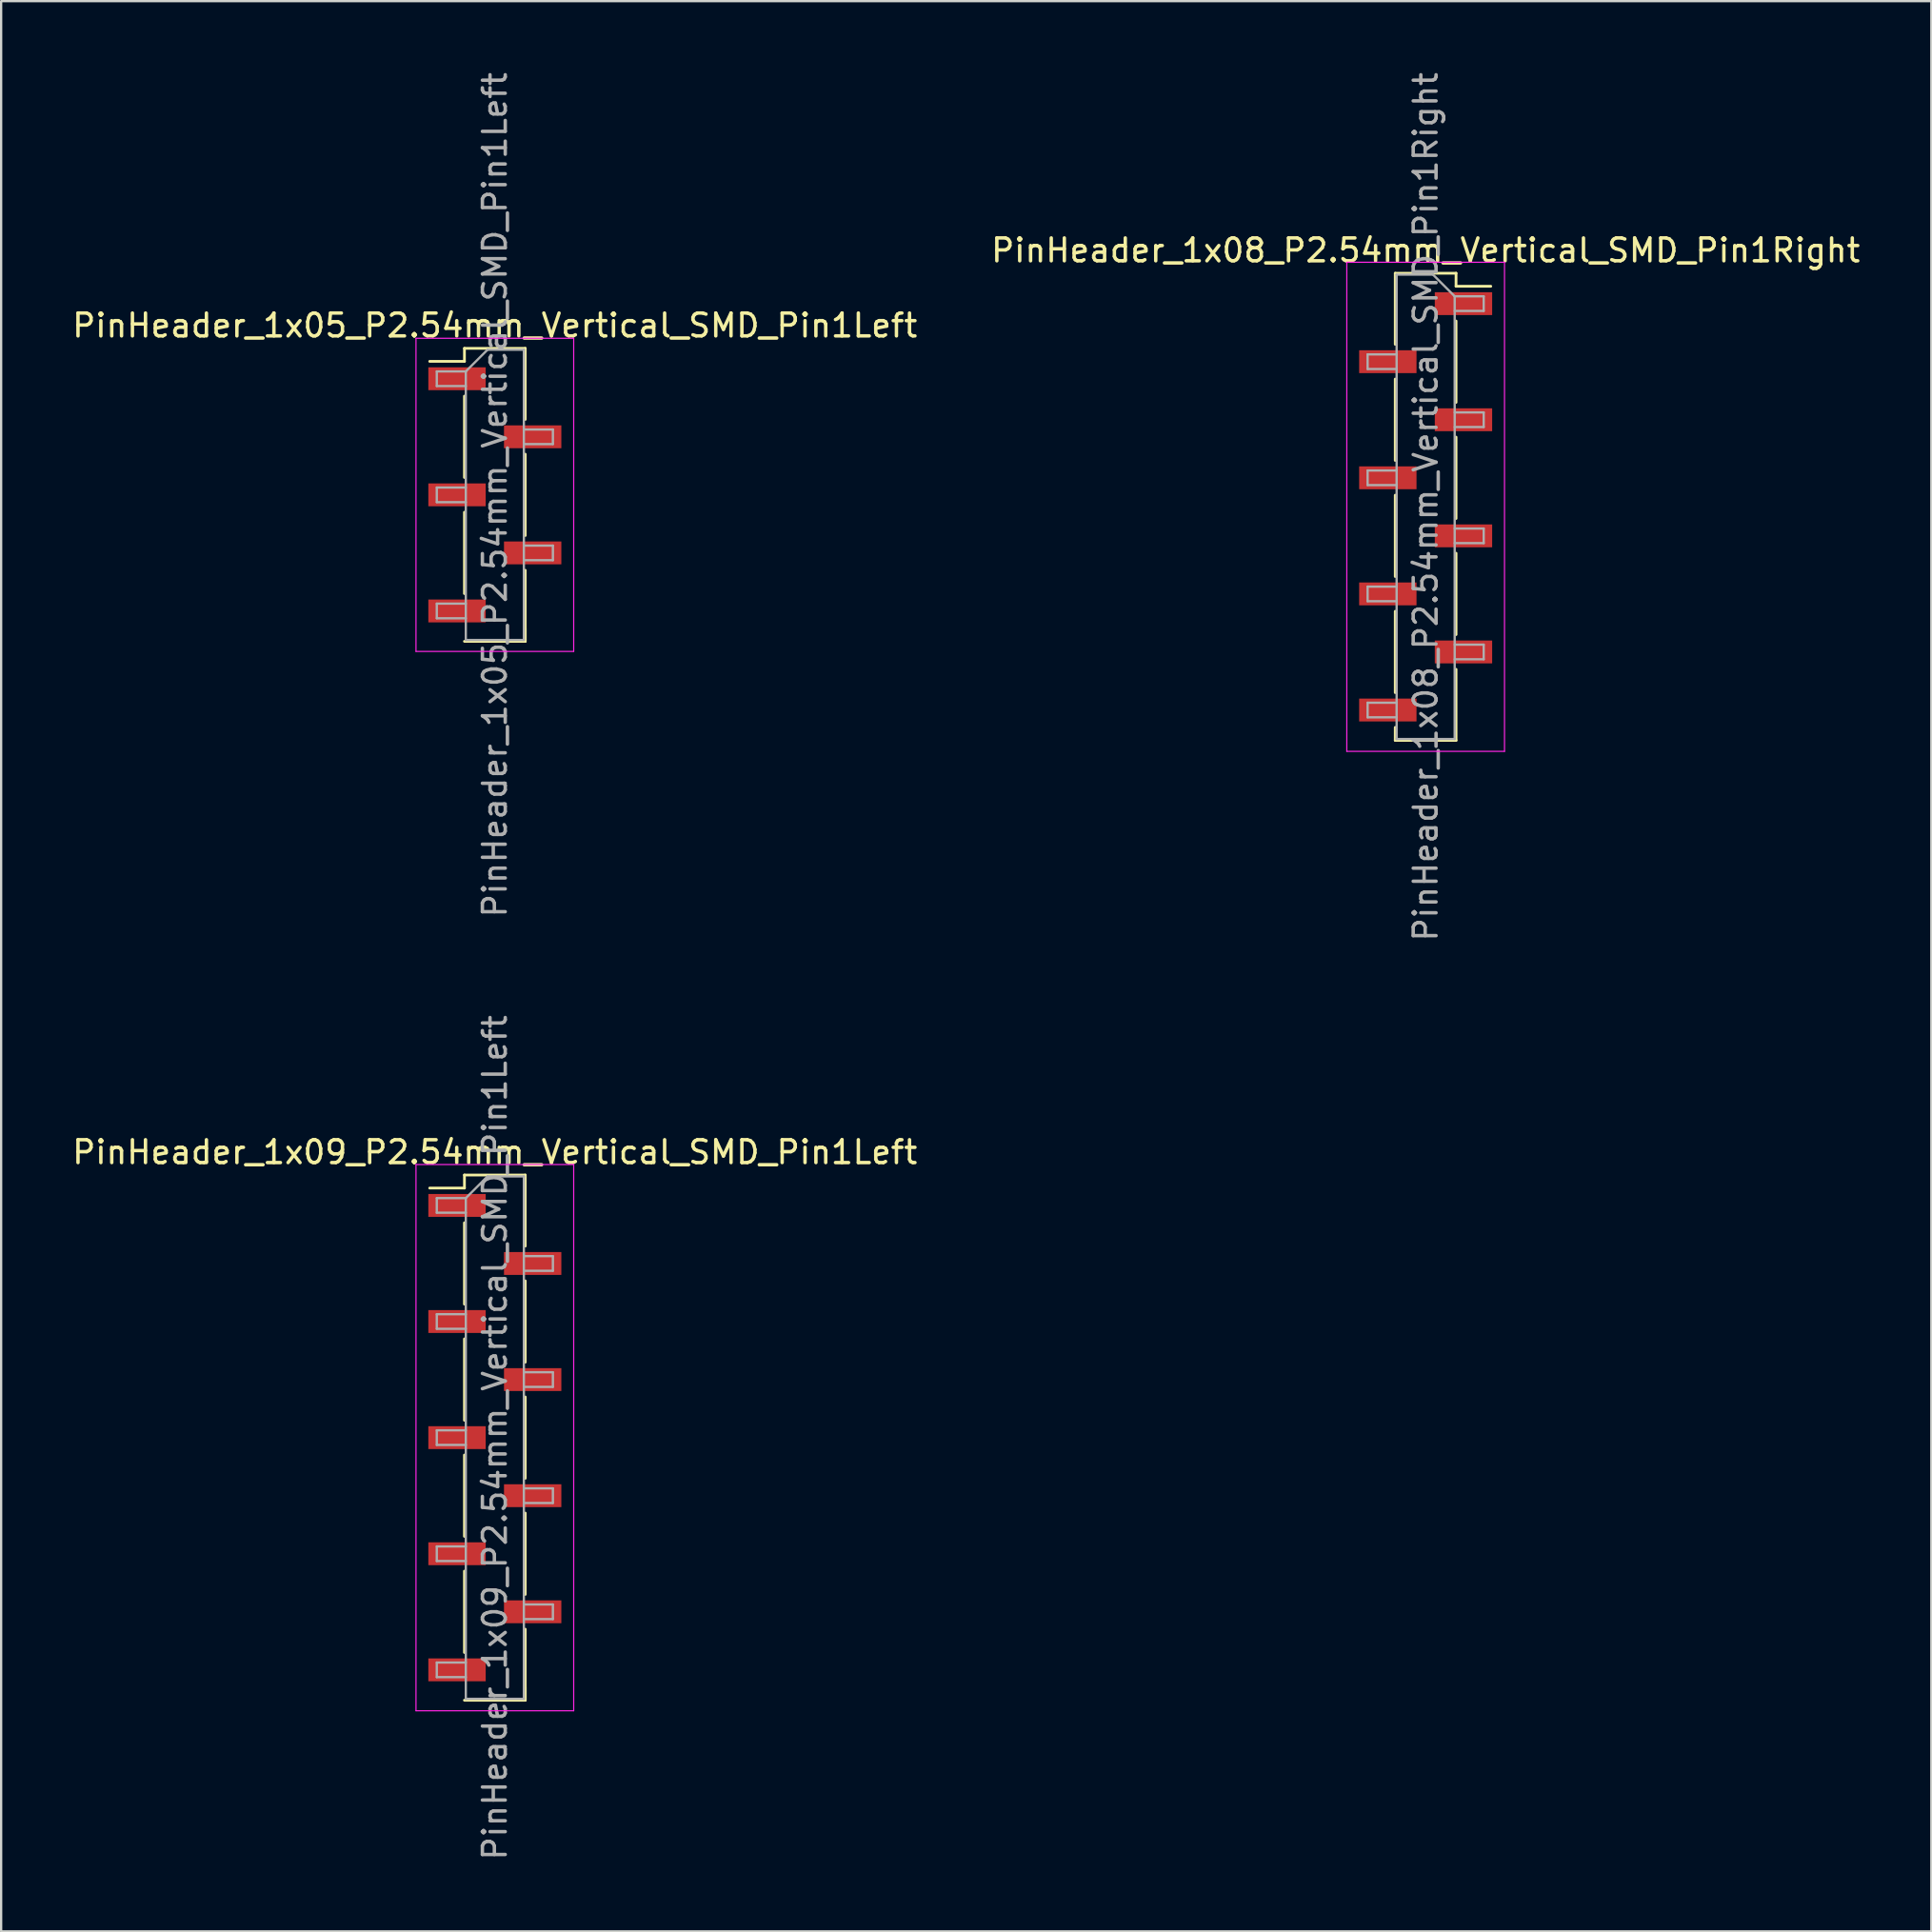
<source format=kicad_pcb>
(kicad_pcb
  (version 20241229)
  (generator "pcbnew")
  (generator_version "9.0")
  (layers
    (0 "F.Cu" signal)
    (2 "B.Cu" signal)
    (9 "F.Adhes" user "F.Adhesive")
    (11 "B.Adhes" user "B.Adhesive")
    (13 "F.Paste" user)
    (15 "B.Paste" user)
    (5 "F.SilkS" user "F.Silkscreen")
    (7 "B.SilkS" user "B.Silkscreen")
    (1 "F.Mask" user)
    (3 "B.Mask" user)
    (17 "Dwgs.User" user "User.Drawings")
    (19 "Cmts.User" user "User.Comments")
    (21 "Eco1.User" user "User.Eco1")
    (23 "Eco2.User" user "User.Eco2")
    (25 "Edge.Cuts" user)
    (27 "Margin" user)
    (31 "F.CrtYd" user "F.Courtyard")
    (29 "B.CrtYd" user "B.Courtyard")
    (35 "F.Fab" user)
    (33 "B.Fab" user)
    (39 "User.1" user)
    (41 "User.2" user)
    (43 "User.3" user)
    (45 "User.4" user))
  (footprint "PinHeader_1x08_P2.54mm_Vertical_SMD_Pin1Right"
    (layer "F.Cu")
    (at 59.327 19.125)
    (property "Reference" "PinHeader_1x08_P2.54mm_Vertical_SMD_Pin1Right" (at 0 -11.22 0) (layer "F.SilkS") (effects (font (size 1 1) (thickness 0.15))))
    (attr smd)
    (fp_line (start -1.33 -10.22) (end -1.33 -7.11) (stroke (width 0.12) (type solid)) (layer "F.SilkS"))
    (fp_line (start -1.33 -10.22) (end 1.33 -10.22) (stroke (width 0.12) (type solid)) (layer "F.SilkS"))
    (fp_line (start -1.33 -5.59) (end -1.33 -2.03) (stroke (width 0.12) (type solid)) (layer "F.SilkS"))
    (fp_line (start -1.33 -0.51) (end -1.33 3.05) (stroke (width 0.12) (type solid)) (layer "F.SilkS"))
    (fp_line (start -1.33 4.57) (end -1.33 8.13) (stroke (width 0.12) (type solid)) (layer "F.SilkS"))
    (fp_line (start -1.33 9.65) (end -1.33 10.22) (stroke (width 0.12) (type solid)) (layer "F.SilkS"))
    (fp_line (start -1.33 10.22) (end 1.33 10.22) (stroke (width 0.12) (type solid)) (layer "F.SilkS"))
    (fp_line (start 1.33 -10.22) (end 1.33 -9.65) (stroke (width 0.12) (type solid)) (layer "F.SilkS"))
    (fp_line (start 1.33 -9.65) (end 2.85 -9.65) (stroke (width 0.12) (type solid)) (layer "F.SilkS"))
    (fp_line (start 1.33 -8.13) (end 1.33 -4.57) (stroke (width 0.12) (type solid)) (layer "F.SilkS"))
    (fp_line (start 1.33 -3.05) (end 1.33 0.51) (stroke (width 0.12) (type solid)) (layer "F.SilkS"))
    (fp_line (start 1.33 2.03) (end 1.33 5.59) (stroke (width 0.12) (type solid)) (layer "F.SilkS"))
    (fp_line (start 1.33 7.11) (end 1.33 10.22) (stroke (width 0.12) (type solid)) (layer "F.SilkS"))
    (fp_line (start -3.45 -10.7) (end -3.45 10.7) (stroke (width 0.05) (type solid)) (layer "F.CrtYd"))
    (fp_line (start -3.45 10.7) (end 3.45 10.7) (stroke (width 0.05) (type solid)) (layer "F.CrtYd"))
    (fp_line (start 3.45 -10.7) (end -3.45 -10.7) (stroke (width 0.05) (type solid)) (layer "F.CrtYd"))
    (fp_line (start 3.45 10.7) (end 3.45 -10.7) (stroke (width 0.05) (type solid)) (layer "F.CrtYd"))
    (fp_line (start -2.54 -6.67) (end -2.54 -6.03) (stroke (width 0.1) (type solid)) (layer "F.Fab"))
    (fp_line (start -2.54 -6.03) (end -1.27 -6.03) (stroke (width 0.1) (type solid)) (layer "F.Fab"))
    (fp_line (start -2.54 -1.59) (end -2.54 -0.95) (stroke (width 0.1) (type solid)) (layer "F.Fab"))
    (fp_line (start -2.54 -0.95) (end -1.27 -0.95) (stroke (width 0.1) (type solid)) (layer "F.Fab"))
    (fp_line (start -2.54 3.49) (end -2.54 4.13) (stroke (width 0.1) (type solid)) (layer "F.Fab"))
    (fp_line (start -2.54 4.13) (end -1.27 4.13) (stroke (width 0.1) (type solid)) (layer "F.Fab"))
    (fp_line (start -2.54 8.57) (end -2.54 9.21) (stroke (width 0.1) (type solid)) (layer "F.Fab"))
    (fp_line (start -2.54 9.21) (end -1.27 9.21) (stroke (width 0.1) (type solid)) (layer "F.Fab"))
    (fp_line (start -1.27 -10.16) (end -1.27 10.16) (stroke (width 0.1) (type solid)) (layer "F.Fab"))
    (fp_line (start -1.27 -10.16) (end 0.32 -10.16) (stroke (width 0.1) (type solid)) (layer "F.Fab"))
    (fp_line (start -1.27 -6.67) (end -2.54 -6.67) (stroke (width 0.1) (type solid)) (layer "F.Fab"))
    (fp_line (start -1.27 -1.59) (end -2.54 -1.59) (stroke (width 0.1) (type solid)) (layer "F.Fab"))
    (fp_line (start -1.27 3.49) (end -2.54 3.49) (stroke (width 0.1) (type solid)) (layer "F.Fab"))
    (fp_line (start -1.27 8.57) (end -2.54 8.57) (stroke (width 0.1) (type solid)) (layer "F.Fab"))
    (fp_line (start 1.27 -9.21) (end 0.32 -10.16) (stroke (width 0.1) (type solid)) (layer "F.Fab"))
    (fp_line (start 1.27 -9.21) (end 2.54 -9.21) (stroke (width 0.1) (type solid)) (layer "F.Fab"))
    (fp_line (start 1.27 -4.13) (end 2.54 -4.13) (stroke (width 0.1) (type solid)) (layer "F.Fab"))
    (fp_line (start 1.27 0.95) (end 2.54 0.95) (stroke (width 0.1) (type solid)) (layer "F.Fab"))
    (fp_line (start 1.27 6.03) (end 2.54 6.03) (stroke (width 0.1) (type solid)) (layer "F.Fab"))
    (fp_line (start 1.27 10.16) (end -1.27 10.16) (stroke (width 0.1) (type solid)) (layer "F.Fab"))
    (fp_line (start 1.27 10.16) (end 1.27 -9.21) (stroke (width 0.1) (type solid)) (layer "F.Fab"))
    (fp_line (start 2.54 -9.21) (end 2.54 -8.57) (stroke (width 0.1) (type solid)) (layer "F.Fab"))
    (fp_line (start 2.54 -8.57) (end 1.27 -8.57) (stroke (width 0.1) (type solid)) (layer "F.Fab"))
    (fp_line (start 2.54 -4.13) (end 2.54 -3.49) (stroke (width 0.1) (type solid)) (layer "F.Fab"))
    (fp_line (start 2.54 -3.49) (end 1.27 -3.49) (stroke (width 0.1) (type solid)) (layer "F.Fab"))
    (fp_line (start 2.54 0.95) (end 2.54 1.59) (stroke (width 0.1) (type solid)) (layer "F.Fab"))
    (fp_line (start 2.54 1.59) (end 1.27 1.59) (stroke (width 0.1) (type solid)) (layer "F.Fab"))
    (fp_line (start 2.54 6.03) (end 2.54 6.67) (stroke (width 0.1) (type solid)) (layer "F.Fab"))
    (fp_line (start 2.54 6.67) (end 1.27 6.67) (stroke (width 0.1) (type solid)) (layer "F.Fab"))
    (fp_text user "${REFERENCE}" (at 0 0 90) (layer "F.Fab") (effects (font (size 1 1) (thickness 0.15))))
    (pad "1" smd rect (at 1.655 -8.89) (size 2.51 1) (layers "F.Cu" "F.Mask" "F.Paste"))
    (pad "2" smd rect (at -1.655 -6.35) (size 2.51 1) (layers "F.Cu" "F.Mask" "F.Paste"))
    (pad "3" smd rect (at 1.655 -3.81) (size 2.51 1) (layers "F.Cu" "F.Mask" "F.Paste"))
    (pad "4" smd rect (at -1.655 -1.27) (size 2.51 1) (layers "F.Cu" "F.Mask" "F.Paste"))
    (pad "5" smd rect (at 1.655 1.27) (size 2.51 1) (layers "F.Cu" "F.Mask" "F.Paste"))
    (pad "6" smd rect (at -1.655 3.81) (size 2.51 1) (layers "F.Cu" "F.Mask" "F.Paste"))
    (pad "7" smd rect (at 1.655 6.35) (size 2.51 1) (layers "F.Cu" "F.Mask" "F.Paste"))
    (pad "8" smd rect (at -1.655 8.89) (size 2.51 1) (layers "F.Cu" "F.Mask" "F.Paste")))
  (footprint "PinHeader_1x09_P2.54mm_Vertical_SMD_Pin1Left"
    (layer "F.Cu")
    (at 18.601 59.851)
    (property "Reference" "PinHeader_1x09_P2.54mm_Vertical_SMD_Pin1Left" (at 0 -12.49 0) (layer "F.SilkS") (effects (font (size 1 1) (thickness 0.15))))
    (attr smd)
    (fp_line (start -1.33 -11.49) (end -1.33 -10.92) (stroke (width 0.12) (type solid)) (layer "F.SilkS"))
    (fp_line (start -1.33 -11.49) (end 1.33 -11.49) (stroke (width 0.12) (type solid)) (layer "F.SilkS"))
    (fp_line (start -1.33 -10.92) (end -2.85 -10.92) (stroke (width 0.12) (type solid)) (layer "F.SilkS"))
    (fp_line (start -1.33 -9.4) (end -1.33 -5.84) (stroke (width 0.12) (type solid)) (layer "F.SilkS"))
    (fp_line (start -1.33 -4.32) (end -1.33 -0.76) (stroke (width 0.12) (type solid)) (layer "F.SilkS"))
    (fp_line (start -1.33 0.76) (end -1.33 4.32) (stroke (width 0.12) (type solid)) (layer "F.SilkS"))
    (fp_line (start -1.33 5.84) (end -1.33 9.4) (stroke (width 0.12) (type solid)) (layer "F.SilkS"))
    (fp_line (start -1.33 11.49) (end 1.33 11.49) (stroke (width 0.12) (type solid)) (layer "F.SilkS"))
    (fp_line (start 1.33 -11.49) (end 1.33 -8.38) (stroke (width 0.12) (type solid)) (layer "F.SilkS"))
    (fp_line (start 1.33 -6.86) (end 1.33 -3.3) (stroke (width 0.12) (type solid)) (layer "F.SilkS"))
    (fp_line (start 1.33 -1.78) (end 1.33 1.78) (stroke (width 0.12) (type solid)) (layer "F.SilkS"))
    (fp_line (start 1.33 3.3) (end 1.33 6.86) (stroke (width 0.12) (type solid)) (layer "F.SilkS"))
    (fp_line (start 1.33 8.38) (end 1.33 11.49) (stroke (width 0.12) (type solid)) (layer "F.SilkS"))
    (fp_line (start 1.33 10.92) (end 1.33 11.49) (stroke (width 0.12) (type solid)) (layer "F.SilkS"))
    (fp_line (start -3.45 -11.95) (end -3.45 11.95) (stroke (width 0.05) (type solid)) (layer "F.CrtYd"))
    (fp_line (start -3.45 11.95) (end 3.45 11.95) (stroke (width 0.05) (type solid)) (layer "F.CrtYd"))
    (fp_line (start 3.45 -11.95) (end -3.45 -11.95) (stroke (width 0.05) (type solid)) (layer "F.CrtYd"))
    (fp_line (start 3.45 11.95) (end 3.45 -11.95) (stroke (width 0.05) (type solid)) (layer "F.CrtYd"))
    (fp_line (start -2.54 -10.48) (end -2.54 -9.84) (stroke (width 0.1) (type solid)) (layer "F.Fab"))
    (fp_line (start -2.54 -9.84) (end -1.27 -9.84) (stroke (width 0.1) (type solid)) (layer "F.Fab"))
    (fp_line (start -2.54 -5.4) (end -2.54 -4.76) (stroke (width 0.1) (type solid)) (layer "F.Fab"))
    (fp_line (start -2.54 -4.76) (end -1.27 -4.76) (stroke (width 0.1) (type solid)) (layer "F.Fab"))
    (fp_line (start -2.54 -0.32) (end -2.54 0.32) (stroke (width 0.1) (type solid)) (layer "F.Fab"))
    (fp_line (start -2.54 0.32) (end -1.27 0.32) (stroke (width 0.1) (type solid)) (layer "F.Fab"))
    (fp_line (start -2.54 4.76) (end -2.54 5.4) (stroke (width 0.1) (type solid)) (layer "F.Fab"))
    (fp_line (start -2.54 5.4) (end -1.27 5.4) (stroke (width 0.1) (type solid)) (layer "F.Fab"))
    (fp_line (start -2.54 9.84) (end -2.54 10.48) (stroke (width 0.1) (type solid)) (layer "F.Fab"))
    (fp_line (start -2.54 10.48) (end -1.27 10.48) (stroke (width 0.1) (type solid)) (layer "F.Fab"))
    (fp_line (start -1.27 -10.48) (end -2.54 -10.48) (stroke (width 0.1) (type solid)) (layer "F.Fab"))
    (fp_line (start -1.27 -10.48) (end -0.32 -11.43) (stroke (width 0.1) (type solid)) (layer "F.Fab"))
    (fp_line (start -1.27 -5.4) (end -2.54 -5.4) (stroke (width 0.1) (type solid)) (layer "F.Fab"))
    (fp_line (start -1.27 -0.32) (end -2.54 -0.32) (stroke (width 0.1) (type solid)) (layer "F.Fab"))
    (fp_line (start -1.27 4.76) (end -2.54 4.76) (stroke (width 0.1) (type solid)) (layer "F.Fab"))
    (fp_line (start -1.27 9.84) (end -2.54 9.84) (stroke (width 0.1) (type solid)) (layer "F.Fab"))
    (fp_line (start -1.27 11.43) (end -1.27 -10.48) (stroke (width 0.1) (type solid)) (layer "F.Fab"))
    (fp_line (start -0.32 -11.43) (end 1.27 -11.43) (stroke (width 0.1) (type solid)) (layer "F.Fab"))
    (fp_line (start 1.27 -11.43) (end 1.27 11.43) (stroke (width 0.1) (type solid)) (layer "F.Fab"))
    (fp_line (start 1.27 -7.94) (end 2.54 -7.94) (stroke (width 0.1) (type solid)) (layer "F.Fab"))
    (fp_line (start 1.27 -2.86) (end 2.54 -2.86) (stroke (width 0.1) (type solid)) (layer "F.Fab"))
    (fp_line (start 1.27 2.22) (end 2.54 2.22) (stroke (width 0.1) (type solid)) (layer "F.Fab"))
    (fp_line (start 1.27 7.3) (end 2.54 7.3) (stroke (width 0.1) (type solid)) (layer "F.Fab"))
    (fp_line (start 1.27 11.43) (end -1.27 11.43) (stroke (width 0.1) (type solid)) (layer "F.Fab"))
    (fp_line (start 2.54 -7.94) (end 2.54 -7.3) (stroke (width 0.1) (type solid)) (layer "F.Fab"))
    (fp_line (start 2.54 -7.3) (end 1.27 -7.3) (stroke (width 0.1) (type solid)) (layer "F.Fab"))
    (fp_line (start 2.54 -2.86) (end 2.54 -2.22) (stroke (width 0.1) (type solid)) (layer "F.Fab"))
    (fp_line (start 2.54 -2.22) (end 1.27 -2.22) (stroke (width 0.1) (type solid)) (layer "F.Fab"))
    (fp_line (start 2.54 2.22) (end 2.54 2.86) (stroke (width 0.1) (type solid)) (layer "F.Fab"))
    (fp_line (start 2.54 2.86) (end 1.27 2.86) (stroke (width 0.1) (type solid)) (layer "F.Fab"))
    (fp_line (start 2.54 7.3) (end 2.54 7.94) (stroke (width 0.1) (type solid)) (layer "F.Fab"))
    (fp_line (start 2.54 7.94) (end 1.27 7.94) (stroke (width 0.1) (type solid)) (layer "F.Fab"))
    (fp_text user "${REFERENCE}" (at 0 0 90) (layer "F.Fab") (effects (font (size 1 1) (thickness 0.15))))
    (pad "1" smd rect (at -1.655 -10.16) (size 2.51 1) (layers "F.Cu" "F.Mask" "F.Paste"))
    (pad "2" smd rect (at 1.655 -7.62) (size 2.51 1) (layers "F.Cu" "F.Mask" "F.Paste"))
    (pad "3" smd rect (at -1.655 -5.08) (size 2.51 1) (layers "F.Cu" "F.Mask" "F.Paste"))
    (pad "4" smd rect (at 1.655 -2.54) (size 2.51 1) (layers "F.Cu" "F.Mask" "F.Paste"))
    (pad "5" smd rect (at -1.655 0) (size 2.51 1) (layers "F.Cu" "F.Mask" "F.Paste"))
    (pad "6" smd rect (at 1.655 2.54) (size 2.51 1) (layers "F.Cu" "F.Mask" "F.Paste"))
    (pad "7" smd rect (at -1.655 5.08) (size 2.51 1) (layers "F.Cu" "F.Mask" "F.Paste"))
    (pad "8" smd rect (at 1.655 7.62) (size 2.51 1) (layers "F.Cu" "F.Mask" "F.Paste"))
    (pad "9" smd rect (at -1.655 10.16) (size 2.51 1) (layers "F.Cu" "F.Mask" "F.Paste")))
  (footprint "PinHeader_1x05_P2.54mm_Vertical_SMD_Pin1Left"
    (layer "F.Cu")
    (at 18.601 18.601)
    (property "Reference" "PinHeader_1x05_P2.54mm_Vertical_SMD_Pin1Left" (at 0 -7.41 0) (layer "F.SilkS") (effects (font (size 1 1) (thickness 0.15))))
    (attr smd)
    (fp_line (start -1.33 -6.41) (end -1.33 -5.84) (stroke (width 0.12) (type solid)) (layer "F.SilkS"))
    (fp_line (start -1.33 -6.41) (end 1.33 -6.41) (stroke (width 0.12) (type solid)) (layer "F.SilkS"))
    (fp_line (start -1.33 -5.84) (end -2.85 -5.84) (stroke (width 0.12) (type solid)) (layer "F.SilkS"))
    (fp_line (start -1.33 -4.32) (end -1.33 -0.76) (stroke (width 0.12) (type solid)) (layer "F.SilkS"))
    (fp_line (start -1.33 0.76) (end -1.33 4.32) (stroke (width 0.12) (type solid)) (layer "F.SilkS"))
    (fp_line (start -1.33 6.41) (end 1.33 6.41) (stroke (width 0.12) (type solid)) (layer "F.SilkS"))
    (fp_line (start 1.33 -6.41) (end 1.33 -3.3) (stroke (width 0.12) (type solid)) (layer "F.SilkS"))
    (fp_line (start 1.33 -1.78) (end 1.33 1.78) (stroke (width 0.12) (type solid)) (layer "F.SilkS"))
    (fp_line (start 1.33 3.3) (end 1.33 6.41) (stroke (width 0.12) (type solid)) (layer "F.SilkS"))
    (fp_line (start 1.33 5.84) (end 1.33 6.41) (stroke (width 0.12) (type solid)) (layer "F.SilkS"))
    (fp_line (start -3.45 -6.85) (end -3.45 6.85) (stroke (width 0.05) (type solid)) (layer "F.CrtYd"))
    (fp_line (start -3.45 6.85) (end 3.45 6.85) (stroke (width 0.05) (type solid)) (layer "F.CrtYd"))
    (fp_line (start 3.45 -6.85) (end -3.45 -6.85) (stroke (width 0.05) (type solid)) (layer "F.CrtYd"))
    (fp_line (start 3.45 6.85) (end 3.45 -6.85) (stroke (width 0.05) (type solid)) (layer "F.CrtYd"))
    (fp_line (start -2.54 -5.4) (end -2.54 -4.76) (stroke (width 0.1) (type solid)) (layer "F.Fab"))
    (fp_line (start -2.54 -4.76) (end -1.27 -4.76) (stroke (width 0.1) (type solid)) (layer "F.Fab"))
    (fp_line (start -2.54 -0.32) (end -2.54 0.32) (stroke (width 0.1) (type solid)) (layer "F.Fab"))
    (fp_line (start -2.54 0.32) (end -1.27 0.32) (stroke (width 0.1) (type solid)) (layer "F.Fab"))
    (fp_line (start -2.54 4.76) (end -2.54 5.4) (stroke (width 0.1) (type solid)) (layer "F.Fab"))
    (fp_line (start -2.54 5.4) (end -1.27 5.4) (stroke (width 0.1) (type solid)) (layer "F.Fab"))
    (fp_line (start -1.27 -5.4) (end -2.54 -5.4) (stroke (width 0.1) (type solid)) (layer "F.Fab"))
    (fp_line (start -1.27 -5.4) (end -0.32 -6.35) (stroke (width 0.1) (type solid)) (layer "F.Fab"))
    (fp_line (start -1.27 -0.32) (end -2.54 -0.32) (stroke (width 0.1) (type solid)) (layer "F.Fab"))
    (fp_line (start -1.27 4.76) (end -2.54 4.76) (stroke (width 0.1) (type solid)) (layer "F.Fab"))
    (fp_line (start -1.27 6.35) (end -1.27 -5.4) (stroke (width 0.1) (type solid)) (layer "F.Fab"))
    (fp_line (start -0.32 -6.35) (end 1.27 -6.35) (stroke (width 0.1) (type solid)) (layer "F.Fab"))
    (fp_line (start 1.27 -6.35) (end 1.27 6.35) (stroke (width 0.1) (type solid)) (layer "F.Fab"))
    (fp_line (start 1.27 -2.86) (end 2.54 -2.86) (stroke (width 0.1) (type solid)) (layer "F.Fab"))
    (fp_line (start 1.27 2.22) (end 2.54 2.22) (stroke (width 0.1) (type solid)) (layer "F.Fab"))
    (fp_line (start 1.27 6.35) (end -1.27 6.35) (stroke (width 0.1) (type solid)) (layer "F.Fab"))
    (fp_line (start 2.54 -2.86) (end 2.54 -2.22) (stroke (width 0.1) (type solid)) (layer "F.Fab"))
    (fp_line (start 2.54 -2.22) (end 1.27 -2.22) (stroke (width 0.1) (type solid)) (layer "F.Fab"))
    (fp_line (start 2.54 2.22) (end 2.54 2.86) (stroke (width 0.1) (type solid)) (layer "F.Fab"))
    (fp_line (start 2.54 2.86) (end 1.27 2.86) (stroke (width 0.1) (type solid)) (layer "F.Fab"))
    (fp_text user "${REFERENCE}" (at 0 0 90) (layer "F.Fab") (effects (font (size 1 1) (thickness 0.15))))
    (pad "1" smd rect (at -1.655 -5.08) (size 2.51 1) (layers "F.Cu" "F.Mask" "F.Paste"))
    (pad "2" smd rect (at 1.655 -2.54) (size 2.51 1) (layers "F.Cu" "F.Mask" "F.Paste"))
    (pad "3" smd rect (at -1.655 0) (size 2.51 1) (layers "F.Cu" "F.Mask" "F.Paste"))
    (pad "4" smd rect (at 1.655 2.54) (size 2.51 1) (layers "F.Cu" "F.Mask" "F.Paste"))
    (pad "5" smd rect (at -1.655 5.08) (size 2.51 1) (layers "F.Cu" "F.Mask" "F.Paste")))
  (gr_rect
    (start -3 -3)
    (end 81.452 81.452)
    (stroke (width 0.1) (type default))
    (fill no)
    (layer "Edge.Cuts")))
</source>
